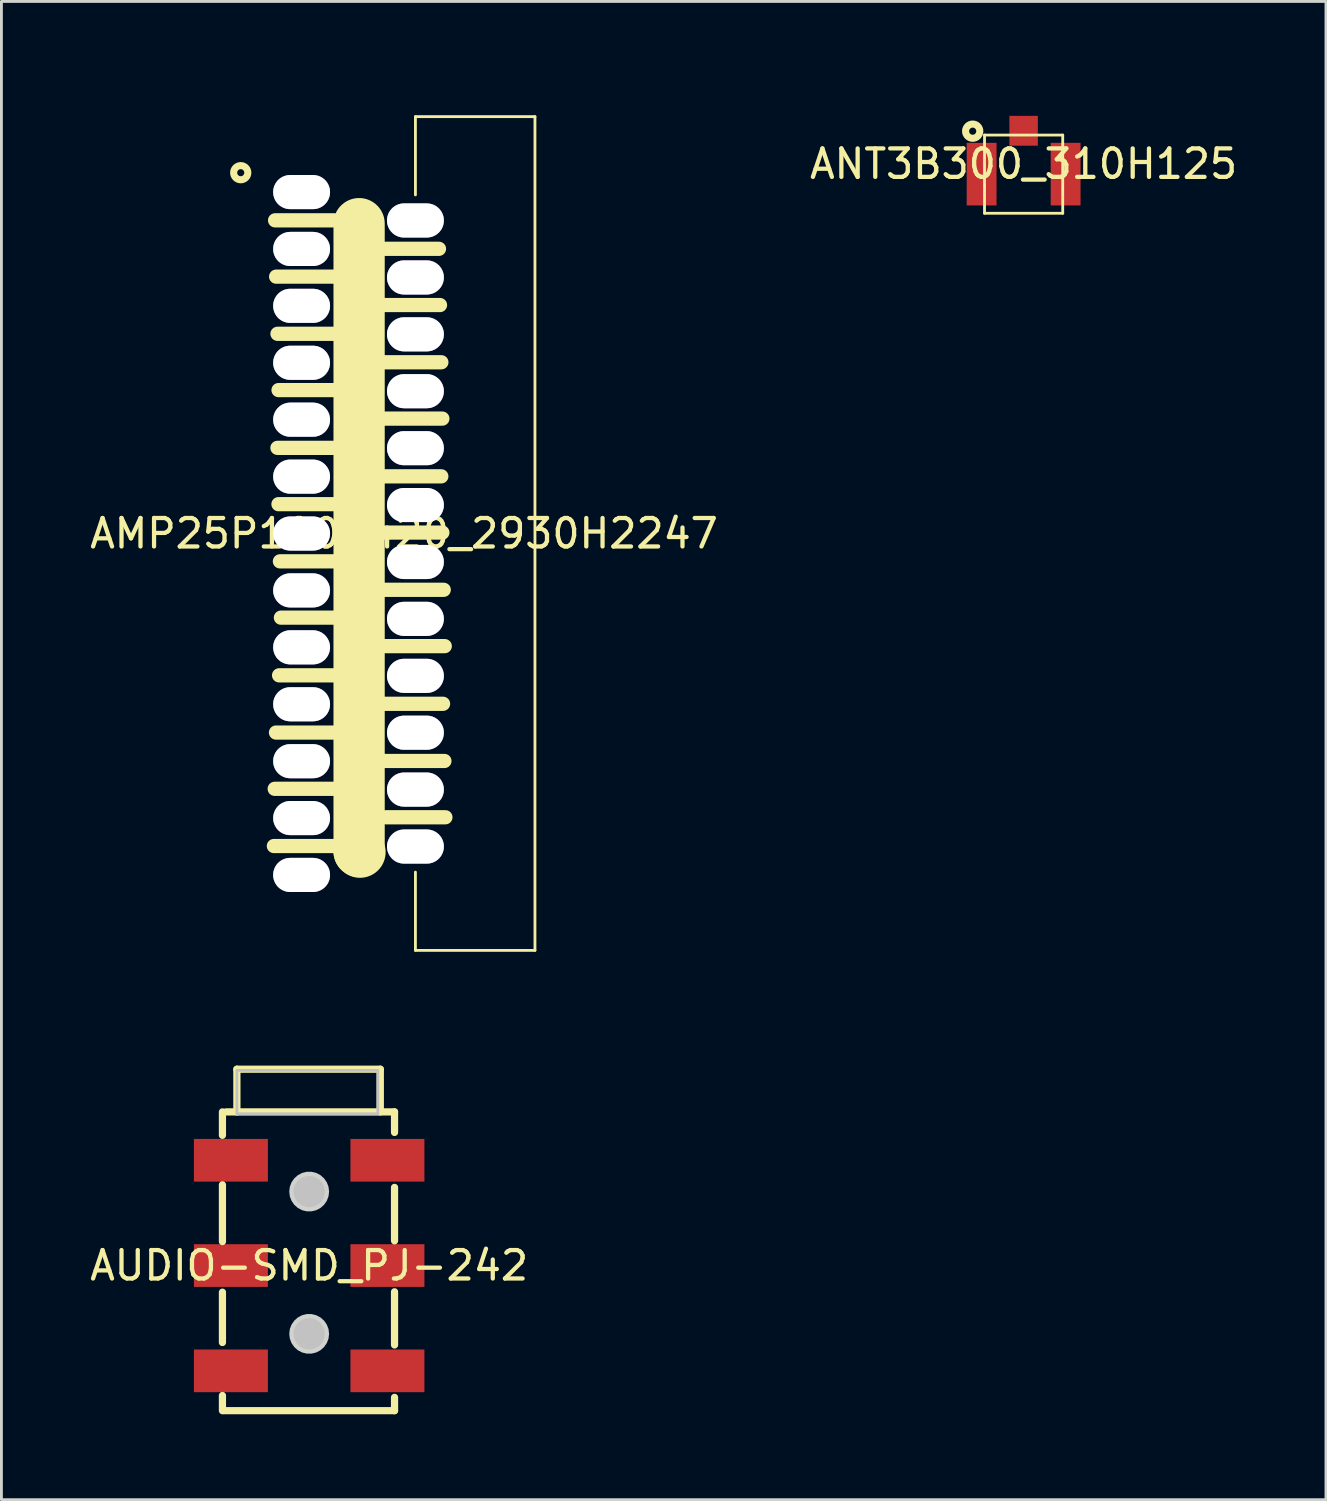
<source format=kicad_pcb>
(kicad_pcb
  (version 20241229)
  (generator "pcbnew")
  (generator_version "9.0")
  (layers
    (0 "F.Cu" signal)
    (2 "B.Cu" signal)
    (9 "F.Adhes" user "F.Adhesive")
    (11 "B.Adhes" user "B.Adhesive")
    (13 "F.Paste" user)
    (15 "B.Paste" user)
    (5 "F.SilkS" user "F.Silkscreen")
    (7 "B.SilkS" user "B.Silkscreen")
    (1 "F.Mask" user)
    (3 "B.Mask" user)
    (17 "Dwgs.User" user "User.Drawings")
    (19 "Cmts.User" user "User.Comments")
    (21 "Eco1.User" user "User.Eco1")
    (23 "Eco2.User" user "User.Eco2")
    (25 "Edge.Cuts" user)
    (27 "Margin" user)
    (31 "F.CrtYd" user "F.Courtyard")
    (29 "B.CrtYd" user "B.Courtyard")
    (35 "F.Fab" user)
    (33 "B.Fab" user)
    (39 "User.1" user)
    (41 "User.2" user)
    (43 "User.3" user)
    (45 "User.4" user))
  (footprint "ANT3B300_310H125"
    (layer "F.Cu")
    (at 32.923 2.711)
    (property "Reference" "ANT3B300_310H125" (at 0 0 0) (layer "F.SilkS") (effects (font (size 1 1) (thickness 0.15))))
    (fp_line (start -1.374 -1.014) (end -1.374 1.734) (stroke (width 0.099) (type default)) (layer "F.SilkS"))
    (fp_line (start 1.374 -1.014) (end -1.374 -1.014) (stroke (width 0.099) (type default)) (layer "F.SilkS"))
    (fp_line (start 1.374 -1.014) (end 1.374 1.734) (stroke (width 0.099) (type default)) (layer "F.SilkS"))
    (fp_line (start 1.374 1.734) (end -1.374 1.734) (stroke (width 0.099) (type default)) (layer "F.SilkS"))
    (fp_circle (center -1.79 -1.151) (end -1.54 -1.151) (stroke (width 0.249) (type default)) (fill no) (layer "F.SilkS"))
    (fp_line (start -2.999 -2.66) (end -2.999 2.66) (stroke (width 0.025) (type default)) (layer "User.1"))
    (fp_line (start 2.999 -2.66) (end -2.999 -2.66) (stroke (width 0.025) (type default)) (layer "User.1"))
    (fp_line (start 2.999 -2.66) (end 2.999 2.66) (stroke (width 0.025) (type default)) (layer "User.1"))
    (fp_line (start 2.999 2.66) (end -2.999 2.66) (stroke (width 0.025) (type default)) (layer "User.1"))
    (fp_poly (pts (xy 1.379 1.738) (xy 1.379 -1) (xy -1.369 -1) (xy -1.369 1.738)) (stroke (width 0.1) (type default)) (fill no) (layer "User.1"))
    (fp_poly (pts (xy 1.379 1.738) (xy 1.379 -1) (xy -1.369 -1) (xy -1.369 1.738)) (stroke (width 0.1) (type default)) (fill no) (layer "User.1"))
    (fp_poly (pts (xy 2.999 2.66) (xy 2.999 1.759) (xy -1.389 1.759) (xy -1.389 -1.03) (xy 1.389 -1.03) (xy 1.389 1.66) (xy 2.999 1.66) (xy 2.999 -2.66) (xy -2.999 -2.66) (xy -2.999 2.66)) (stroke (width 0.1) (type default)) (fill no) (layer "User.1"))
    (fp_poly (pts (xy 2.999 2.66) (xy 2.999 1.759) (xy -1.389 1.759) (xy -1.389 -1.03) (xy 1.389 -1.03) (xy 1.389 1.66) (xy 2.999 1.66) (xy 2.999 -2.66) (xy -2.999 -2.66) (xy -2.999 2.66)) (stroke (width 0.1) (type default)) (fill no) (layer "User.1"))
    (pad "1" smd rect (at -1.476 0.359 180) (size 1.049 2.2) (layers "F.Cu" "F.Mask" "F.Paste"))
    (pad "2" smd rect (at 1.476 0.359 180) (size 1.049 2.2) (layers "F.Cu" "F.Mask" "F.Paste"))
    (pad "3" smd rect (at 0 -1.165 180) (size 1.001 1.049) (layers "F.Cu" "F.Mask" "F.Paste"))
    (zone (net_name "") (layer "F.Cu") (hatch edge 0.5) (connect_pads) (min_thickness 0.25) (filled_areas_thickness no) (keepout (tracks not_allowed) (vias not_allowed) (pads not_allowed) (copperpour not_allowed) (footprints allowed)) (placement (enabled no)) (fill) (polygon (pts (xy 33.822 4.269) (xy 32.024 4.269) (xy 32.024 2.079) (xy 33.822 2.079)))))
  (footprint "AUDIO-SMD_PJ-242"
    (layer "F.Cu")
    (at 7.815 41.425)
    (property "Reference" "AUDIO-SMD_PJ-242" (at 0 0 0) (layer "F.SilkS") (effects (font (size 1 1) (thickness 0.15))))
    (fp_line (start -3.048 -5.4) (end -3.048 -4.577) (stroke (width 0.254) (type default)) (layer "F.SilkS"))
    (fp_line (start -3.048 -2.837) (end -3.048 -0.842) (stroke (width 0.254) (type default)) (layer "F.SilkS"))
    (fp_line (start -3.048 0.936) (end -3.048 2.704) (stroke (width 0.254) (type default)) (layer "F.SilkS"))
    (fp_line (start -3.048 4.567) (end -3.048 5.1) (stroke (width 0.254) (type default)) (layer "F.SilkS"))
    (fp_line (start -2.54 -6.9) (end -2.54 -5.4) (stroke (width 0.254) (type default)) (layer "F.SilkS"))
    (fp_line (start 2.5 -6.9) (end -2.54 -6.9) (stroke (width 0.254) (type default)) (layer "F.SilkS"))
    (fp_line (start 2.5 -5.4) (end 2.5 -6.9) (stroke (width 0.254) (type default)) (layer "F.SilkS"))
    (fp_line (start 3 -5.4) (end -2.921 -5.4) (stroke (width 0.254) (type default)) (layer "F.SilkS"))
    (fp_line (start 3 -4.678) (end 3 -5.4) (stroke (width 0.254) (type default)) (layer "F.SilkS"))
    (fp_line (start 3 -0.868) (end 3 -2.747) (stroke (width 0.254) (type default)) (layer "F.SilkS"))
    (fp_line (start 3 2.791) (end 3 0.923) (stroke (width 0.254) (type default)) (layer "F.SilkS"))
    (fp_line (start 3 5.1) (end -3 5.1) (stroke (width 0.254) (type default)) (layer "F.SilkS"))
    (fp_line (start 3 5.1) (end 3 4.633) (stroke (width 0.254) (type default)) (layer "F.SilkS"))
    (fp_circle (center 0 -2.6) (end 0.275 -2.6) (stroke (width 0.55) (type default)) (fill no) (layer "Dwgs.User"))
    (fp_circle (center 0 2.4) (end 0.275 2.4) (stroke (width 0.55) (type default)) (fill no) (layer "Dwgs.User"))
    (fp_poly (pts (xy -2.54 -6.858) (xy 2.413 -6.858) (xy 2.413 -5.334) (xy -2.54 -5.334) (xy -2.54 -5.588)) (stroke (width 0.1) (type default)) (fill no) (layer "Dwgs.User"))
    (fp_poly (pts (xy 0.7 -2.6) (xy 0.68 -2.768) (xy 0.62 -2.925) (xy 0.524 -3.064) (xy 0.398 -3.176) (xy 0.248 -3.255) (xy 0.084 -3.295) (xy -0.084 -3.295) (xy -0.248 -3.255) (xy -0.398 -3.176) (xy -0.524 -3.064) (xy -0.62 -2.925) (xy -0.68 -2.768) (xy -0.7 -2.6) (xy -0.68 -2.432) (xy -0.62 -2.275) (xy -0.524 -2.136) (xy -0.398 -2.024) (xy -0.248 -1.945) (xy -0.084 -1.905) (xy 0.084 -1.905) (xy 0.248 -1.945) (xy 0.398 -2.024) (xy 0.524 -2.136) (xy 0.62 -2.275) (xy 0.68 -2.432)) (stroke (width 0) (type default)) (fill yes) (layer "Edge.Cuts"))
    (fp_poly (pts (xy 0.7 2.4) (xy 0.68 2.232) (xy 0.62 2.075) (xy 0.524 1.936) (xy 0.398 1.824) (xy 0.248 1.745) (xy 0.084 1.705) (xy -0.084 1.705) (xy -0.248 1.745) (xy -0.398 1.824) (xy -0.524 1.936) (xy -0.62 2.075) (xy -0.68 2.232) (xy -0.7 2.4) (xy -0.68 2.568) (xy -0.62 2.725) (xy -0.524 2.864) (xy -0.398 2.976) (xy -0.248 3.055) (xy -0.084 3.095) (xy 0.084 3.095) (xy 0.248 3.055) (xy 0.398 2.976) (xy 0.524 2.864) (xy 0.62 2.725) (xy 0.68 2.568)) (stroke (width 0) (type default)) (fill yes) (layer "Edge.Cuts"))
    (fp_poly (pts (xy -1.45 -4.2) (xy -1.45 -3.2) (xy -3.25 -3.2) (xy -3.25 -4.2)) (stroke (width 0.1) (type default)) (fill no) (layer "User.1"))
    (fp_poly (pts (xy -1.45 -0.5) (xy -1.45 0.5) (xy -3.25 0.5) (xy -3.25 -0.5)) (stroke (width 0.1) (type default)) (fill no) (layer "User.1"))
    (fp_poly (pts (xy -1.45 3.2) (xy -1.45 4.2) (xy -3.25 4.2) (xy -3.25 3.2)) (stroke (width 0.1) (type default)) (fill no) (layer "User.1"))
    (fp_poly (pts (xy 3.25 -4.2) (xy 3.25 -3.2) (xy 1.45 -3.2) (xy 1.45 -4.2)) (stroke (width 0.1) (type default)) (fill no) (layer "User.1"))
    (fp_poly (pts (xy 3.25 -0.5) (xy 3.25 0.5) (xy 1.45 0.5) (xy 1.45 -0.5)) (stroke (width 0.1) (type default)) (fill no) (layer "User.1"))
    (fp_poly (pts (xy 3.25 3.2) (xy 3.25 4.2) (xy 1.45 4.2) (xy 1.45 3.2)) (stroke (width 0.1) (type default)) (fill no) (layer "User.1"))
    (fp_line (start -2.5 -6.891) (end 2.5 -6.891) (stroke (width 0.051) (type default)) (layer "User.2"))
    (fp_line (start -2.5 5.109) (end -2.5 -6.891) (stroke (width 0.051) (type default)) (layer "User.2"))
    (fp_line (start 2.5 -6.891) (end 2.5 5.109) (stroke (width 0.051) (type default)) (layer "User.2"))
    (fp_line (start 2.5 5.109) (end -2.5 5.109) (stroke (width 0.051) (type default)) (layer "User.2"))
    (fp_poly (pts (xy 3.31 -6.891) (xy 3.292 -6.934) (xy 3.25 -6.952) (xy 3.208 -6.934) (xy 3.19 -6.891) (xy 3.208 -6.849) (xy 3.25 -6.832) (xy 3.292 -6.849)) (stroke (width 0.1) (type default)) (fill no) (layer "User.3"))
    (pad "2" smd rect (at 2.75 -3.7) (size 2.6 1.5) (layers "F.Cu" "F.Mask" "F.Paste"))
    (pad "3" smd rect (at -2.75 -3.7) (size 2.6 1.5) (layers "F.Cu" "F.Mask" "F.Paste"))
    (pad "4" smd rect (at 2.75 0) (size 2.6 1.5) (layers "F.Cu" "F.Mask" "F.Paste"))
    (pad "5" smd rect (at 2.75 3.7) (size 2.6 1.5) (layers "F.Cu" "F.Mask" "F.Paste"))
    (pad "6" smd rect (at -2.75 0) (size 2.6 1.5) (layers "F.Cu" "F.Mask" "F.Paste"))
    (pad "7" smd rect (at -2.75 3.7) (size 2.6 1.5) (layers "F.Cu" "F.Mask" "F.Paste")))
  (footprint "AMP25P100B420_2930H2247"
    (layer "F.Cu")
    (at 11.149 15.699)
    (property "Reference" "AMP25P100B420_2930H2247" (at 0 0 0) (layer "F.SilkS") (effects (font (size 1 1) (thickness 0.15))))
    (fp_line (start -2.475 10.983) (end -4.574 10.983) (stroke (width 0.5) (type default)) (layer "F.SilkS"))
    (fp_line (start -2.445 8.972) (end -4.545 8.972) (stroke (width 0.5) (type default)) (layer "F.SilkS"))
    (fp_line (start -2.432 -11.006) (end -4.532 -11.006) (stroke (width 0.5) (type default)) (layer "F.SilkS"))
    (fp_line (start -2.401 6.995) (end -4.5 6.995) (stroke (width 0.5) (type default)) (layer "F.SilkS"))
    (fp_line (start -2.397 -9.027) (end -4.495 -9.027) (stroke (width 0.5) (type default)) (layer "F.SilkS"))
    (fp_line (start -2.348 -3.01) (end -4.449 -3.01) (stroke (width 0.5) (type default)) (layer "F.SilkS"))
    (fp_line (start -2.345 -7.018) (end -4.447 -7.018) (stroke (width 0.5) (type default)) (layer "F.SilkS"))
    (fp_line (start -2.312 -1.031) (end -4.413 -1.031) (stroke (width 0.5) (type default)) (layer "F.SilkS"))
    (fp_line (start -2.31 -5.04) (end -4.41 -5.04) (stroke (width 0.5) (type default)) (layer "F.SilkS"))
    (fp_line (start -2.29 4.984) (end -4.391 4.984) (stroke (width 0.5) (type default)) (layer "F.SilkS"))
    (fp_line (start -2.264 0.978) (end -4.362 0.978) (stroke (width 0.5) (type default)) (layer "F.SilkS"))
    (fp_line (start -2.227 2.957) (end -4.327 2.957) (stroke (width 0.5) (type default)) (layer "F.SilkS"))
    (fp_line (start -1.579 -10.889) (end -1.579 11.171) (stroke (width 1.801) (type default)) (layer "F.SilkS"))
    (fp_line (start -1.548 11.199) (end -1.579 11.171) (stroke (width 1.801) (type default)) (layer "F.SilkS"))
    (fp_line (start 0.4 -14.65) (end 0.4 -11.9) (stroke (width 0.099) (type default)) (layer "F.SilkS"))
    (fp_line (start 0.4 11.9) (end 0.4 14.65) (stroke (width 0.099) (type default)) (layer "F.SilkS"))
    (fp_line (start 1.228 -10.005) (end -0.873 -10.005) (stroke (width 0.5) (type default)) (layer "F.SilkS"))
    (fp_line (start 1.264 -8.029) (end -0.837 -8.029) (stroke (width 0.5) (type default)) (layer "F.SilkS"))
    (fp_line (start 1.31 -2.009) (end -0.788 -2.009) (stroke (width 0.5) (type default)) (layer "F.SilkS"))
    (fp_line (start 1.312 -6.018) (end -0.786 -6.018) (stroke (width 0.5) (type default)) (layer "F.SilkS"))
    (fp_line (start 1.347 -4.038) (end -0.75 -4.038) (stroke (width 0.5) (type default)) (layer "F.SilkS"))
    (fp_line (start 1.347 -0.033) (end -0.753 -0.033) (stroke (width 0.5) (type default)) (layer "F.SilkS"))
    (fp_line (start 1.371 5.984) (end -0.731 5.984) (stroke (width 0.5) (type default)) (layer "F.SilkS"))
    (fp_line (start 1.395 1.978) (end -0.705 1.978) (stroke (width 0.5) (type default)) (layer "F.SilkS"))
    (fp_line (start 1.419 7.994) (end -0.682 7.994) (stroke (width 0.5) (type default)) (layer "F.SilkS"))
    (fp_line (start 1.431 3.958) (end -0.669 3.958) (stroke (width 0.5) (type default)) (layer "F.SilkS"))
    (fp_line (start 1.454 9.972) (end -0.646 9.972) (stroke (width 0.5) (type default)) (layer "F.SilkS"))
    (fp_line (start 4.601 -14.65) (end 0.4 -14.65) (stroke (width 0.099) (type default)) (layer "F.SilkS"))
    (fp_line (start 4.601 -14.65) (end 4.601 14.65) (stroke (width 0.099) (type default)) (layer "F.SilkS"))
    (fp_line (start 4.601 14.65) (end 0.4 14.65) (stroke (width 0.099) (type default)) (layer "F.SilkS"))
    (fp_circle (center -5.739 -12.68) (end -5.49 -12.68) (stroke (width 0.249) (type default)) (fill no) (layer "F.SilkS"))
    (fp_line (start -5.599 -15.649) (end -5.599 15.649) (stroke (width 0.025) (type default)) (layer "User.1"))
    (fp_line (start 5.599 -15.649) (end -5.599 -15.649) (stroke (width 0.025) (type default)) (layer "User.1"))
    (fp_line (start 5.599 -15.649) (end 5.599 15.649) (stroke (width 0.025) (type default)) (layer "User.1"))
    (fp_line (start 5.599 15.649) (end -5.599 15.649) (stroke (width 0.025) (type default)) (layer "User.1"))
    (fp_poly (pts (xy -5.599 14.001) (xy -5.599 -14.001) (xy 2.401 -14.001) (xy 2.401 14.001)) (stroke (width 0.1) (type default)) (fill no) (layer "User.1"))
    (fp_poly (pts (xy -5.599 14.001) (xy -5.599 -14.001) (xy 2.401 -14.001) (xy 2.401 14.001)) (stroke (width 0.1) (type default)) (fill no) (layer "User.1"))
    (fp_poly (pts (xy 0.4 -14.65) (xy 0.4 14.65) (xy 4.601 14.65) (xy 4.601 -14.65)) (stroke (width 0.1) (type default)) (fill no) (layer "User.1"))
    (fp_poly (pts (xy 0.4 -14.65) (xy 0.4 14.65) (xy 4.601 14.65) (xy 4.601 -14.65)) (stroke (width 0.1) (type default)) (fill no) (layer "User.1"))
    (fp_poly (pts (xy 5.599 -14.549) (xy 5.599 15.649) (xy -5.599 15.649) (xy -5.599 -15.649) (xy 5.599 -15.649) (xy 5.599 -14.65) (xy 0.4 -14.65) (xy 0.4 14.65) (xy 4.601 14.65) (xy 4.601 -14.549)) (stroke (width 0.1) (type default)) (fill no) (layer "User.1"))
    (fp_poly (pts (xy 5.599 -14.549) (xy 5.599 15.649) (xy -5.599 15.649) (xy -5.599 -15.649) (xy 5.599 -15.649) (xy 5.599 -14.65) (xy 0.4 -14.65) (xy 0.4 14.65) (xy 4.601 14.65) (xy 4.601 -14.549)) (stroke (width 0.1) (type default)) (fill no) (layer "User.1"))
    (pad "1" thru_hole oval (at -3.6 -11.999 180) (size 1.999 1.199) (drill oval 1.999 1.199) (layers "*.Cu" "*.Mask"))
    (pad "2" thru_hole oval (at 0.4 -11.001 180) (size 1.999 1.199) (drill oval 1.999 1.199) (layers "*.Cu" "*.Mask"))
    (pad "3" thru_hole oval (at -3.6 -10 180) (size 1.999 1.199) (drill oval 1.999 1.199) (layers "*.Cu" "*.Mask"))
    (pad "4" thru_hole oval (at 0.4 -8.999 180) (size 1.999 1.199) (drill oval 1.999 1.199) (layers "*.Cu" "*.Mask"))
    (pad "5" thru_hole oval (at -3.6 -8.001 180) (size 1.999 1.199) (drill oval 1.999 1.199) (layers "*.Cu" "*.Mask"))
    (pad "6" thru_hole oval (at 0.4 -7 180) (size 1.999 1.199) (drill oval 1.999 1.199) (layers "*.Cu" "*.Mask"))
    (pad "7" thru_hole oval (at -3.6 -6 180) (size 1.999 1.199) (drill oval 1.999 1.199) (layers "*.Cu" "*.Mask"))
    (pad "8" thru_hole oval (at 0.4 -5.002 180) (size 1.999 1.199) (drill oval 1.999 1.199) (layers "*.Cu" "*.Mask"))
    (pad "9" thru_hole oval (at -3.6 -4 180) (size 1.999 1.199) (drill oval 1.999 1.199) (layers "*.Cu" "*.Mask"))
    (pad "10" thru_hole oval (at 0.4 -2.999 180) (size 1.999 1.199) (drill oval 1.999 1.199) (layers "*.Cu" "*.Mask"))
    (pad "11" thru_hole oval (at -3.6 -1.999 180) (size 1.999 1.199) (drill oval 1.999 1.199) (layers "*.Cu" "*.Mask"))
    (pad "12" thru_hole oval (at 0.4 -1.001 180) (size 1.999 1.199) (drill oval 1.999 1.199) (layers "*.Cu" "*.Mask"))
    (pad "13" thru_hole oval (at -3.6 0 180) (size 1.999 1.199) (drill oval 1.999 1.199) (layers "*.Cu" "*.Mask"))
    (pad "14" thru_hole oval (at 0.4 1.001 180) (size 1.999 1.199) (drill oval 1.999 1.199) (layers "*.Cu" "*.Mask"))
    (pad "15" thru_hole oval (at -3.6 1.999 180) (size 1.999 1.199) (drill oval 1.999 1.199) (layers "*.Cu" "*.Mask"))
    (pad "16" thru_hole oval (at 0.4 2.999 180) (size 1.999 1.199) (drill oval 1.999 1.199) (layers "*.Cu" "*.Mask"))
    (pad "17" thru_hole oval (at -3.6 4 180) (size 1.999 1.199) (drill oval 1.999 1.199) (layers "*.Cu" "*.Mask"))
    (pad "18" thru_hole oval (at 0.4 5.002 180) (size 1.999 1.199) (drill oval 1.999 1.199) (layers "*.Cu" "*.Mask"))
    (pad "19" thru_hole oval (at -3.6 6 180) (size 1.999 1.199) (drill oval 1.999 1.199) (layers "*.Cu" "*.Mask"))
    (pad "20" thru_hole oval (at 0.4 7 180) (size 1.999 1.199) (drill oval 1.999 1.199) (layers "*.Cu" "*.Mask"))
    (pad "21" thru_hole oval (at -3.6 8.001 180) (size 1.999 1.199) (drill oval 1.999 1.199) (layers "*.Cu" "*.Mask"))
    (pad "22" thru_hole oval (at 0.4 8.999 180) (size 1.999 1.199) (drill oval 1.999 1.199) (layers "*.Cu" "*.Mask"))
    (pad "23" thru_hole oval (at -3.6 10 180) (size 1.999 1.199) (drill oval 1.999 1.199) (layers "*.Cu" "*.Mask"))
    (pad "24" thru_hole oval (at 0.4 11.001 180) (size 1.999 1.199) (drill oval 1.999 1.199) (layers "*.Cu" "*.Mask"))
    (pad "25" thru_hole oval (at -3.6 11.999 180) (size 1.999 1.199) (drill oval 1.999 1.199) (layers "*.Cu" "*.Mask")))
  (gr_rect
    (start -3 -3)
    (end 43.548 49.652)
    (stroke (width 0.1) (type default))
    (fill no)
    (layer "Edge.Cuts")))
</source>
